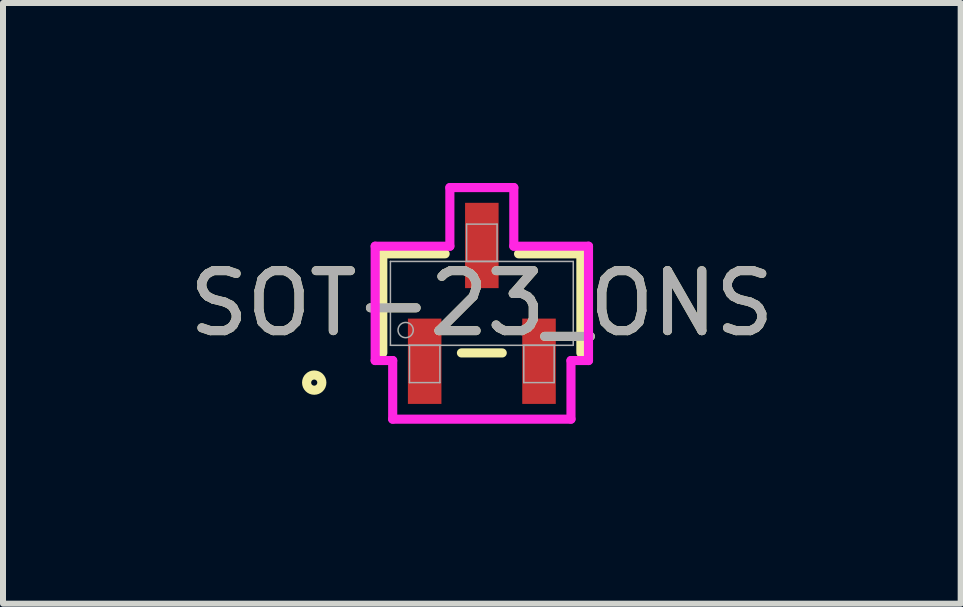
<source format=kicad_pcb>
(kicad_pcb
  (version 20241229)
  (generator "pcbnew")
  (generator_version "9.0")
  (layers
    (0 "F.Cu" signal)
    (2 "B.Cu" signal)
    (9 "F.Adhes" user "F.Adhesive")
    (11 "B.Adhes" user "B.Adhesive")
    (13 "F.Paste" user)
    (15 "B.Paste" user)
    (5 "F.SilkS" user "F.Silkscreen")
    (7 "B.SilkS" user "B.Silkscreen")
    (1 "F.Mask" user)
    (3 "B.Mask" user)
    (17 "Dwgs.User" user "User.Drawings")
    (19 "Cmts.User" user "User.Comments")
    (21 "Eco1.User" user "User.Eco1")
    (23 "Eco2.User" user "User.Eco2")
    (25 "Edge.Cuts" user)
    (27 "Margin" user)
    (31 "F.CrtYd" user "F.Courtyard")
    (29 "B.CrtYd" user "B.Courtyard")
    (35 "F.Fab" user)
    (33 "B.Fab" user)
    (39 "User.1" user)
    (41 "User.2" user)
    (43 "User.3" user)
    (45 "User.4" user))
  (footprint "SOT-23_ONS"
    (layer "F.Cu")
    (at 4.982 2.007)
    (property "Reference" "SOT-23_ONS" (at 0 0 0) (unlocked yes) (layer "F.SilkS") (effects (font (size 1 1) (thickness 0.15))))
    (attr smd)
    (fp_line (start -1.651 -0.826) (end -1.651 0.826) (stroke (width 0.152) (type solid)) (layer "F.SilkS"))
    (fp_line (start -0.612 -0.826) (end -1.651 -0.826) (stroke (width 0.152) (type solid)) (layer "F.SilkS"))
    (fp_line (start -0.34 0.826) (end 0.34 0.826) (stroke (width 0.152) (type solid)) (layer "F.SilkS"))
    (fp_line (start 1.651 -0.826) (end 0.612 -0.826) (stroke (width 0.152) (type solid)) (layer "F.SilkS"))
    (fp_line (start 1.651 0.826) (end 1.651 -0.826) (stroke (width 0.152) (type solid)) (layer "F.SilkS"))
    (fp_circle (center -2.794 1.321) (end -2.667 1.321) (stroke (width 0.152) (type solid)) (fill no) (layer "F.SilkS"))
    (fp_line (start -1.778 -0.953) (end -0.533 -0.953) (stroke (width 0.152) (type solid)) (layer "F.CrtYd"))
    (fp_line (start -1.778 0.953) (end -1.778 -0.953) (stroke (width 0.152) (type solid)) (layer "F.CrtYd"))
    (fp_line (start -1.778 0.953) (end -1.486 0.953) (stroke (width 0.152) (type solid)) (layer "F.CrtYd"))
    (fp_line (start -1.486 0.953) (end -1.486 1.93) (stroke (width 0.152) (type solid)) (layer "F.CrtYd"))
    (fp_line (start -1.486 1.93) (end 1.486 1.93) (stroke (width 0.152) (type solid)) (layer "F.CrtYd"))
    (fp_line (start -0.533 -1.93) (end 0.533 -1.93) (stroke (width 0.152) (type solid)) (layer "F.CrtYd"))
    (fp_line (start -0.533 -0.953) (end -0.533 -1.93) (stroke (width 0.152) (type solid)) (layer "F.CrtYd"))
    (fp_line (start 0.533 -0.953) (end 0.533 -1.93) (stroke (width 0.152) (type solid)) (layer "F.CrtYd"))
    (fp_line (start 1.486 0.953) (end 1.486 1.93) (stroke (width 0.152) (type solid)) (layer "F.CrtYd"))
    (fp_line (start 1.778 -0.953) (end 0.533 -0.953) (stroke (width 0.152) (type solid)) (layer "F.CrtYd"))
    (fp_line (start 1.778 -0.953) (end 1.778 0.953) (stroke (width 0.152) (type solid)) (layer "F.CrtYd"))
    (fp_line (start 1.778 0.953) (end 1.486 0.953) (stroke (width 0.152) (type solid)) (layer "F.CrtYd"))
    (fp_line (start -1.524 -0.699) (end -1.524 0.699) (stroke (width 0.025) (type solid)) (layer "F.Fab"))
    (fp_line (start -1.524 0.699) (end 1.524 0.699) (stroke (width 0.025) (type solid)) (layer "F.Fab"))
    (fp_line (start -1.206 0.699) (end -1.206 1.321) (stroke (width 0.025) (type solid)) (layer "F.Fab"))
    (fp_line (start -1.206 1.321) (end -0.699 1.321) (stroke (width 0.025) (type solid)) (layer "F.Fab"))
    (fp_line (start -0.699 0.699) (end -1.206 0.699) (stroke (width 0.025) (type solid)) (layer "F.Fab"))
    (fp_line (start -0.699 1.321) (end -0.699 0.699) (stroke (width 0.025) (type solid)) (layer "F.Fab"))
    (fp_line (start -0.254 -1.321) (end -0.254 -0.699) (stroke (width 0.025) (type solid)) (layer "F.Fab"))
    (fp_line (start -0.254 -0.699) (end 0.254 -0.699) (stroke (width 0.025) (type solid)) (layer "F.Fab"))
    (fp_line (start 0.254 -1.321) (end -0.254 -1.321) (stroke (width 0.025) (type solid)) (layer "F.Fab"))
    (fp_line (start 0.254 -0.699) (end 0.254 -1.321) (stroke (width 0.025) (type solid)) (layer "F.Fab"))
    (fp_line (start 0.699 0.699) (end 0.699 1.321) (stroke (width 0.025) (type solid)) (layer "F.Fab"))
    (fp_line (start 0.699 1.321) (end 1.206 1.321) (stroke (width 0.025) (type solid)) (layer "F.Fab"))
    (fp_line (start 1.206 0.699) (end 0.699 0.699) (stroke (width 0.025) (type solid)) (layer "F.Fab"))
    (fp_line (start 1.206 1.321) (end 1.206 0.699) (stroke (width 0.025) (type solid)) (layer "F.Fab"))
    (fp_line (start 1.524 -0.699) (end -1.524 -0.699) (stroke (width 0.025) (type solid)) (layer "F.Fab"))
    (fp_line (start 1.524 0.699) (end 1.524 -0.699) (stroke (width 0.025) (type solid)) (layer "F.Fab"))
    (fp_circle (center -1.27 0.445) (end -1.143 0.445) (stroke (width 0.025) (type solid)) (fill no) (layer "F.Fab"))
    (fp_text user "${REFERENCE}" (at 0 0 0) (unlocked yes) (layer "F.Fab") (effects (font (size 1 1) (thickness 0.15))))
    (pad "1" smd rect (at -0.953 0.965) (size 0.559 1.422) (layers "F.Cu" "F.Mask" "F.Paste"))
    (pad "2" smd rect (at 0.953 0.965) (size 0.559 1.422) (layers "F.Cu" "F.Mask" "F.Paste"))
    (pad "3" smd rect (at 0 -0.965) (size 0.559 1.422) (layers "F.Cu" "F.Mask" "F.Paste")))
  (gr_rect
    (start -3 -3)
    (end 12.964 7.013)
    (stroke (width 0.1) (type default))
    (fill no)
    (layer "Edge.Cuts")))
</source>
